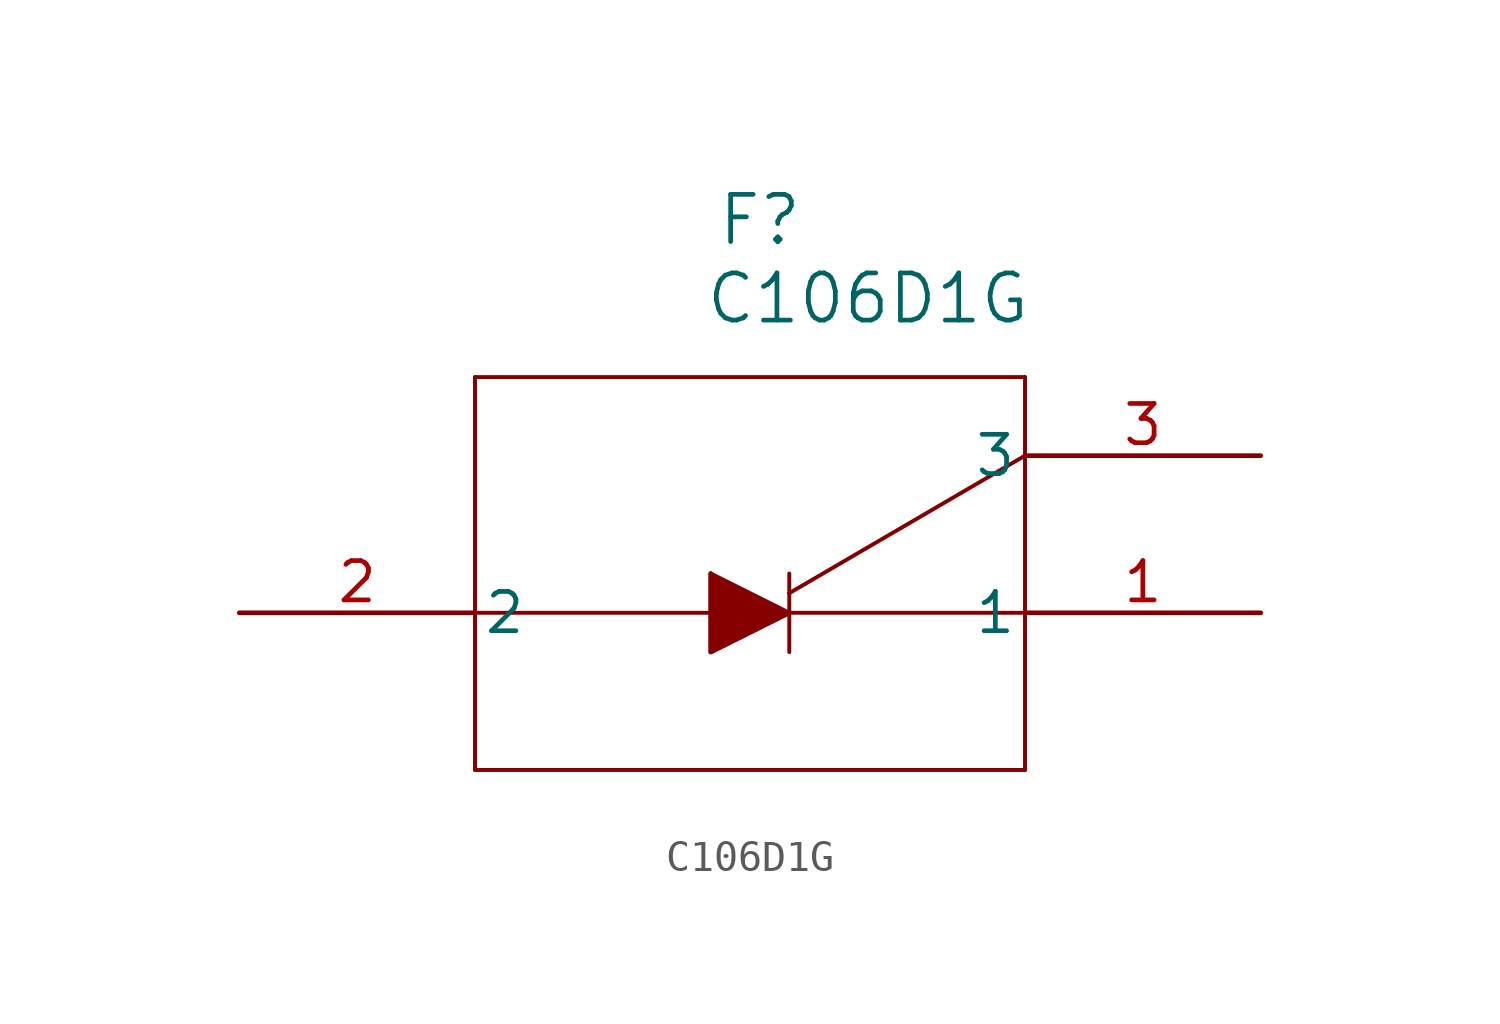
<source format=kicad_sym>
(kicad_symbol_lib
  (version 20211014)
  (generator kicad_symbol_editor)
  (symbol "C106D1G"
    (pin_names
      (offset 0.254))
    (property "Reference" "F"
      (at 16.828 12.7 0)
      (effects (font (size 1.524 1.524))))
    (property "Value" "C106D1G"
      (at 20.32 10.16 0)
      (effects (font (size 1.524 1.524))))
    (symbol "C106D1G_0_1"
      (polyline (pts (xy 7.62 7.62) (xy 7.62 -5.08)) (stroke (width 0.127) (type default) (color 0 0 0 0)) (fill (type none)))
      (polyline (pts (xy 7.62 -5.08) (xy 25.4 -5.08)) (stroke (width 0.127) (type default) (color 0 0 0 0)) (fill (type none)))
      (polyline (pts (xy 25.4 -5.08) (xy 25.4 7.62)) (stroke (width 0.127) (type default) (color 0 0 0 0)) (fill (type none)))
      (polyline (pts (xy 25.4 7.62) (xy 7.62 7.62)) (stroke (width 0.127) (type default) (color 0 0 0 0)) (fill (type none)))
      (polyline (pts (xy 7.62 0) (xy 25.4 0)) (stroke (width 0.127) (type default) (color 0 0 0 0)) (fill (type none)))
      (polyline (pts (xy 15.24 1.27) (xy 15.24 -1.27)) (stroke (width 0.127) (type default) (color 0 0 0 0)) (fill (type none)))
      (polyline (pts (xy 15.24 1.27) (xy 17.78 0)) (stroke (width 0.127) (type default) (color 0 0 0 0)) (fill (type none)))
      (polyline (pts (xy 17.78 0) (xy 15.24 -1.27)) (stroke (width 0.127) (type default) (color 0 0 0 0)) (fill (type none)))
      (polyline (pts (xy 17.78 1.27) (xy 17.78 -1.27)) (stroke (width 0.127) (type default) (color 0 0 0 0)) (fill (type none)))
      (polyline (pts (xy 15.24 1.27) (xy 15.24 -1.27) (xy 17.78 0)) (stroke (width 0) (type default) (color 0 0 0 0)) (fill (type outline)))
      (polyline (pts (xy 25.4 5.08) (xy 17.78 0.635)) (stroke (width 0.127) (type default) (color 0 0 0 0)) (fill (type none)))
      (pin unspecified line (at 33.02 0 180) (length 7.62) (name "1" (effects (font (size 1.27 1.27)))) (number "1" (effects (font (size 1.27 1.27)))))
      (pin unspecified line (at 0 0 0) (length 7.62) (name "2" (effects (font (size 1.27 1.27)))) (number "2" (effects (font (size 1.27 1.27)))))
      (pin unspecified line (at 33.02 5.08 180) (length 7.62) (name "3" (effects (font (size 1.27 1.27)))) (number "3" (effects (font (size 1.27 1.27))))))))
</source>
